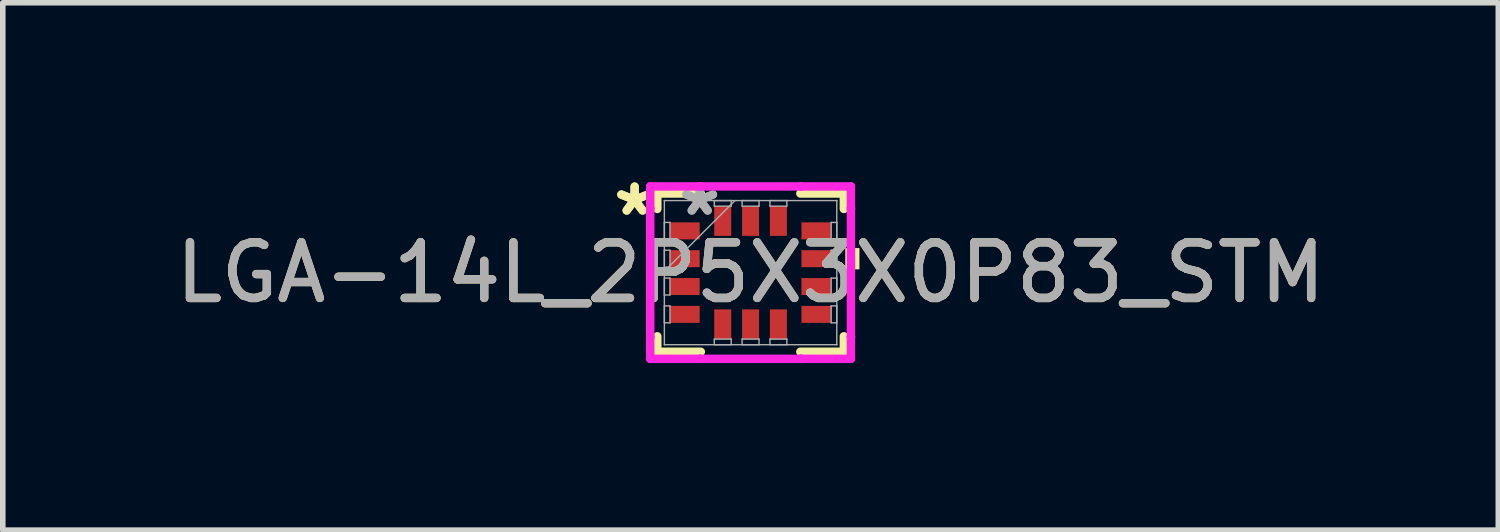
<source format=kicad_pcb>
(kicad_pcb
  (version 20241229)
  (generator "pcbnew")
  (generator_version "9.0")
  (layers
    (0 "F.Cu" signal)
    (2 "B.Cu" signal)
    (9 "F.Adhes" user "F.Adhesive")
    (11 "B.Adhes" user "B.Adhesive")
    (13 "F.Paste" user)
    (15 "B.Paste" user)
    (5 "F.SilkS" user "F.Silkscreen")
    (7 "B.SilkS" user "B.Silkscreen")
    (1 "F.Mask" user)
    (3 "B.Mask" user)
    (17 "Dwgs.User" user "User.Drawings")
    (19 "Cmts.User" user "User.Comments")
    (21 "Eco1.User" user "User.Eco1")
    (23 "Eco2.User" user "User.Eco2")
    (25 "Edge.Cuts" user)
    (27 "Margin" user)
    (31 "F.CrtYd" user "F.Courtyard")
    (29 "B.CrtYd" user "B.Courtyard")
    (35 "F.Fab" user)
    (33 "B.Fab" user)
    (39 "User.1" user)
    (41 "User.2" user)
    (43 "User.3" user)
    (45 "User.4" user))
  (footprint "LGA-14L_2P5X3X0P83_STM"
    (layer "F.Cu")
    (at 10.435 1.848)
    (property "Reference" "LGA-14L_2P5X3X0P83_STM" (at 0 0 0) (unlocked yes) (layer "F.SilkS") (effects (font (size 1 1) (thickness 0.15))))
    (attr smd)
    (fp_line (start -1.676 -1.422) (end -1.676 -1.144) (stroke (width 0.152) (type solid)) (layer "F.SilkS"))
    (fp_line (start -1.676 1.144) (end -1.676 1.422) (stroke (width 0.152) (type solid)) (layer "F.SilkS"))
    (fp_line (start -1.676 1.422) (end -0.894 1.422) (stroke (width 0.152) (type solid)) (layer "F.SilkS"))
    (fp_line (start -0.894 -1.422) (end -1.676 -1.422) (stroke (width 0.152) (type solid)) (layer "F.SilkS"))
    (fp_line (start 0.894 1.422) (end 1.676 1.422) (stroke (width 0.152) (type solid)) (layer "F.SilkS"))
    (fp_line (start 1.676 -1.422) (end 0.894 -1.422) (stroke (width 0.152) (type solid)) (layer "F.SilkS"))
    (fp_line (start 1.676 -1.144) (end 1.676 -1.422) (stroke (width 0.152) (type solid)) (layer "F.SilkS"))
    (fp_line (start 1.676 1.422) (end 1.676 1.144) (stroke (width 0.152) (type solid)) (layer "F.SilkS"))
    (fp_poly (pts (xy 1.956 -0.441) (xy 1.956 -0.059) (xy 1.702 -0.059) (xy 1.702 -0.441)) (stroke (width 0) (type solid)) (fill yes) (layer "F.SilkS"))
    (fp_line (start -1.803 -1.549) (end -0.906 -1.549) (stroke (width 0.152) (type solid)) (layer "F.CrtYd"))
    (fp_line (start -1.803 -1.156) (end -1.803 -1.549) (stroke (width 0.152) (type solid)) (layer "F.CrtYd"))
    (fp_line (start -1.803 -1.156) (end -1.803 -1.156) (stroke (width 0.152) (type solid)) (layer "F.CrtYd"))
    (fp_line (start -1.803 1.156) (end -1.803 -1.156) (stroke (width 0.152) (type solid)) (layer "F.CrtYd"))
    (fp_line (start -1.803 1.156) (end -1.803 1.156) (stroke (width 0.152) (type solid)) (layer "F.CrtYd"))
    (fp_line (start -1.803 1.549) (end -1.803 1.156) (stroke (width 0.152) (type solid)) (layer "F.CrtYd"))
    (fp_line (start -0.906 -1.549) (end -0.906 -1.549) (stroke (width 0.152) (type solid)) (layer "F.CrtYd"))
    (fp_line (start -0.906 -1.549) (end 0.906 -1.549) (stroke (width 0.152) (type solid)) (layer "F.CrtYd"))
    (fp_line (start -0.906 1.549) (end -1.803 1.549) (stroke (width 0.152) (type solid)) (layer "F.CrtYd"))
    (fp_line (start -0.906 1.549) (end -0.906 1.549) (stroke (width 0.152) (type solid)) (layer "F.CrtYd"))
    (fp_line (start 0.906 -1.549) (end 0.906 -1.549) (stroke (width 0.152) (type solid)) (layer "F.CrtYd"))
    (fp_line (start 0.906 -1.549) (end 1.803 -1.549) (stroke (width 0.152) (type solid)) (layer "F.CrtYd"))
    (fp_line (start 0.906 1.549) (end -0.906 1.549) (stroke (width 0.152) (type solid)) (layer "F.CrtYd"))
    (fp_line (start 0.906 1.549) (end 0.906 1.549) (stroke (width 0.152) (type solid)) (layer "F.CrtYd"))
    (fp_line (start 1.803 -1.549) (end 1.803 -1.156) (stroke (width 0.152) (type solid)) (layer "F.CrtYd"))
    (fp_line (start 1.803 -1.156) (end 1.803 -1.156) (stroke (width 0.152) (type solid)) (layer "F.CrtYd"))
    (fp_line (start 1.803 -1.156) (end 1.803 1.156) (stroke (width 0.152) (type solid)) (layer "F.CrtYd"))
    (fp_line (start 1.803 1.156) (end 1.803 1.156) (stroke (width 0.152) (type solid)) (layer "F.CrtYd"))
    (fp_line (start 1.803 1.156) (end 1.803 1.549) (stroke (width 0.152) (type solid)) (layer "F.CrtYd"))
    (fp_line (start 1.803 1.549) (end 0.906 1.549) (stroke (width 0.152) (type solid)) (layer "F.CrtYd"))
    (fp_line (start -1.549 -1.295) (end -1.549 -1.295) (stroke (width 0.025) (type solid)) (layer "F.Fab"))
    (fp_line (start -1.549 -1.295) (end -1.549 1.295) (stroke (width 0.025) (type solid)) (layer "F.Fab"))
    (fp_line (start -1.549 -0.902) (end -1.448 -0.902) (stroke (width 0.025) (type solid)) (layer "F.Fab"))
    (fp_line (start -1.549 -0.598) (end -1.549 -0.902) (stroke (width 0.025) (type solid)) (layer "F.Fab"))
    (fp_line (start -1.549 -0.402) (end -1.448 -0.402) (stroke (width 0.025) (type solid)) (layer "F.Fab"))
    (fp_line (start -1.549 -0.098) (end -1.549 -0.402) (stroke (width 0.025) (type solid)) (layer "F.Fab"))
    (fp_line (start -1.549 -0.025) (end -0.279 -1.295) (stroke (width 0.025) (type solid)) (layer "F.Fab"))
    (fp_line (start -1.549 0.098) (end -1.448 0.098) (stroke (width 0.025) (type solid)) (layer "F.Fab"))
    (fp_line (start -1.549 0.402) (end -1.549 0.098) (stroke (width 0.025) (type solid)) (layer "F.Fab"))
    (fp_line (start -1.549 0.598) (end -1.448 0.598) (stroke (width 0.025) (type solid)) (layer "F.Fab"))
    (fp_line (start -1.549 0.902) (end -1.549 0.598) (stroke (width 0.025) (type solid)) (layer "F.Fab"))
    (fp_line (start -1.549 1.295) (end -1.549 1.295) (stroke (width 0.025) (type solid)) (layer "F.Fab"))
    (fp_line (start -1.549 1.295) (end 1.549 1.295) (stroke (width 0.025) (type solid)) (layer "F.Fab"))
    (fp_line (start -1.448 -0.902) (end -1.448 -0.598) (stroke (width 0.025) (type solid)) (layer "F.Fab"))
    (fp_line (start -1.448 -0.598) (end -1.549 -0.598) (stroke (width 0.025) (type solid)) (layer "F.Fab"))
    (fp_line (start -1.448 -0.402) (end -1.448 -0.098) (stroke (width 0.025) (type solid)) (layer "F.Fab"))
    (fp_line (start -1.448 -0.098) (end -1.549 -0.098) (stroke (width 0.025) (type solid)) (layer "F.Fab"))
    (fp_line (start -1.448 0.098) (end -1.448 0.402) (stroke (width 0.025) (type solid)) (layer "F.Fab"))
    (fp_line (start -1.448 0.402) (end -1.549 0.402) (stroke (width 0.025) (type solid)) (layer "F.Fab"))
    (fp_line (start -1.448 0.598) (end -1.448 0.902) (stroke (width 0.025) (type solid)) (layer "F.Fab"))
    (fp_line (start -1.448 0.902) (end -1.549 0.902) (stroke (width 0.025) (type solid)) (layer "F.Fab"))
    (fp_line (start -0.652 -1.295) (end -0.348 -1.295) (stroke (width 0.025) (type solid)) (layer "F.Fab"))
    (fp_line (start -0.652 -1.194) (end -0.652 -1.295) (stroke (width 0.025) (type solid)) (layer "F.Fab"))
    (fp_line (start -0.652 1.194) (end -0.348 1.194) (stroke (width 0.025) (type solid)) (layer "F.Fab"))
    (fp_line (start -0.652 1.295) (end -0.652 1.194) (stroke (width 0.025) (type solid)) (layer "F.Fab"))
    (fp_line (start -0.348 -1.295) (end -0.348 -1.194) (stroke (width 0.025) (type solid)) (layer "F.Fab"))
    (fp_line (start -0.348 -1.194) (end -0.652 -1.194) (stroke (width 0.025) (type solid)) (layer "F.Fab"))
    (fp_line (start -0.348 1.194) (end -0.348 1.295) (stroke (width 0.025) (type solid)) (layer "F.Fab"))
    (fp_line (start -0.348 1.295) (end -0.652 1.295) (stroke (width 0.025) (type solid)) (layer "F.Fab"))
    (fp_line (start -0.152 -1.295) (end 0.152 -1.295) (stroke (width 0.025) (type solid)) (layer "F.Fab"))
    (fp_line (start -0.152 -1.194) (end -0.152 -1.295) (stroke (width 0.025) (type solid)) (layer "F.Fab"))
    (fp_line (start -0.152 1.194) (end 0.152 1.194) (stroke (width 0.025) (type solid)) (layer "F.Fab"))
    (fp_line (start -0.152 1.295) (end -0.152 1.194) (stroke (width 0.025) (type solid)) (layer "F.Fab"))
    (fp_line (start 0.152 -1.295) (end 0.152 -1.194) (stroke (width 0.025) (type solid)) (layer "F.Fab"))
    (fp_line (start 0.152 -1.194) (end -0.152 -1.194) (stroke (width 0.025) (type solid)) (layer "F.Fab"))
    (fp_line (start 0.152 1.194) (end 0.152 1.295) (stroke (width 0.025) (type solid)) (layer "F.Fab"))
    (fp_line (start 0.152 1.295) (end -0.152 1.295) (stroke (width 0.025) (type solid)) (layer "F.Fab"))
    (fp_line (start 0.348 -1.295) (end 0.652 -1.295) (stroke (width 0.025) (type solid)) (layer "F.Fab"))
    (fp_line (start 0.348 -1.194) (end 0.348 -1.295) (stroke (width 0.025) (type solid)) (layer "F.Fab"))
    (fp_line (start 0.348 1.194) (end 0.652 1.194) (stroke (width 0.025) (type solid)) (layer "F.Fab"))
    (fp_line (start 0.348 1.295) (end 0.348 1.194) (stroke (width 0.025) (type solid)) (layer "F.Fab"))
    (fp_line (start 0.652 -1.295) (end 0.652 -1.194) (stroke (width 0.025) (type solid)) (layer "F.Fab"))
    (fp_line (start 0.652 -1.194) (end 0.348 -1.194) (stroke (width 0.025) (type solid)) (layer "F.Fab"))
    (fp_line (start 0.652 1.194) (end 0.652 1.295) (stroke (width 0.025) (type solid)) (layer "F.Fab"))
    (fp_line (start 0.652 1.295) (end 0.348 1.295) (stroke (width 0.025) (type solid)) (layer "F.Fab"))
    (fp_line (start 1.448 -0.902) (end 1.549 -0.902) (stroke (width 0.025) (type solid)) (layer "F.Fab"))
    (fp_line (start 1.448 -0.598) (end 1.448 -0.902) (stroke (width 0.025) (type solid)) (layer "F.Fab"))
    (fp_line (start 1.448 -0.402) (end 1.549 -0.402) (stroke (width 0.025) (type solid)) (layer "F.Fab"))
    (fp_line (start 1.448 -0.098) (end 1.448 -0.402) (stroke (width 0.025) (type solid)) (layer "F.Fab"))
    (fp_line (start 1.448 0.098) (end 1.549 0.098) (stroke (width 0.025) (type solid)) (layer "F.Fab"))
    (fp_line (start 1.448 0.402) (end 1.448 0.098) (stroke (width 0.025) (type solid)) (layer "F.Fab"))
    (fp_line (start 1.448 0.598) (end 1.549 0.598) (stroke (width 0.025) (type solid)) (layer "F.Fab"))
    (fp_line (start 1.448 0.902) (end 1.448 0.598) (stroke (width 0.025) (type solid)) (layer "F.Fab"))
    (fp_line (start 1.549 -1.295) (end -1.549 -1.295) (stroke (width 0.025) (type solid)) (layer "F.Fab"))
    (fp_line (start 1.549 -1.295) (end 1.549 -1.295) (stroke (width 0.025) (type solid)) (layer "F.Fab"))
    (fp_line (start 1.549 -0.902) (end 1.549 -0.598) (stroke (width 0.025) (type solid)) (layer "F.Fab"))
    (fp_line (start 1.549 -0.598) (end 1.448 -0.598) (stroke (width 0.025) (type solid)) (layer "F.Fab"))
    (fp_line (start 1.549 -0.402) (end 1.549 -0.098) (stroke (width 0.025) (type solid)) (layer "F.Fab"))
    (fp_line (start 1.549 -0.098) (end 1.448 -0.098) (stroke (width 0.025) (type solid)) (layer "F.Fab"))
    (fp_line (start 1.549 0.098) (end 1.549 0.402) (stroke (width 0.025) (type solid)) (layer "F.Fab"))
    (fp_line (start 1.549 0.402) (end 1.448 0.402) (stroke (width 0.025) (type solid)) (layer "F.Fab"))
    (fp_line (start 1.549 0.598) (end 1.549 0.902) (stroke (width 0.025) (type solid)) (layer "F.Fab"))
    (fp_line (start 1.549 0.902) (end 1.448 0.902) (stroke (width 0.025) (type solid)) (layer "F.Fab"))
    (fp_line (start 1.549 1.295) (end 1.549 -1.295) (stroke (width 0.025) (type solid)) (layer "F.Fab"))
    (fp_line (start 1.549 1.295) (end 1.549 1.295) (stroke (width 0.025) (type solid)) (layer "F.Fab"))
    (fp_text user "*" (at -2.083 -1 0) (layer "F.SilkS") (effects (font (size 1 1) (thickness 0.15))))
    (fp_text user "*" (at -2.083 -1 0) (unlocked yes) (layer "F.SilkS") (effects (font (size 1 1) (thickness 0.15))))
    (fp_text user "*" (at -0.914 -1 0) (unlocked yes) (layer "F.Fab") (effects (font (size 1 1) (thickness 0.15))))
    (fp_text user "*" (at -0.914 -1 0) (layer "F.Fab") (effects (font (size 1 1) (thickness 0.15))))
    (fp_text user "${REFERENCE}" (at 0 0 0) (unlocked yes) (layer "F.Fab") (effects (font (size 1 1) (thickness 0.15))))
    (pad "1" smd rect (at -1.181 -0.75 90) (size 0.305 0.533) (layers "F.Cu" "F.Mask" "F.Paste"))
    (pad "2" smd rect (at -1.181 -0.25 90) (size 0.305 0.533) (layers "F.Cu" "F.Mask" "F.Paste"))
    (pad "3" smd rect (at -1.181 0.25 90) (size 0.305 0.533) (layers "F.Cu" "F.Mask" "F.Paste"))
    (pad "4" smd rect (at -1.181 0.75 90) (size 0.305 0.533) (layers "F.Cu" "F.Mask" "F.Paste"))
    (pad "5" smd rect (at -0.5 0.927) (size 0.305 0.533) (layers "F.Cu" "F.Mask" "F.Paste"))
    (pad "6" smd rect (at 0 0.927) (size 0.305 0.533) (layers "F.Cu" "F.Mask" "F.Paste"))
    (pad "7" smd rect (at 0.5 0.927) (size 0.305 0.533) (layers "F.Cu" "F.Mask" "F.Paste"))
    (pad "8" smd rect (at 1.181 0.75 90) (size 0.305 0.533) (layers "F.Cu" "F.Mask" "F.Paste"))
    (pad "9" smd rect (at 1.181 0.25 90) (size 0.305 0.533) (layers "F.Cu" "F.Mask" "F.Paste"))
    (pad "10" smd rect (at 1.181 -0.25 90) (size 0.305 0.533) (layers "F.Cu" "F.Mask" "F.Paste"))
    (pad "11" smd rect (at 1.181 -0.75 90) (size 0.305 0.533) (layers "F.Cu" "F.Mask" "F.Paste"))
    (pad "12" smd rect (at 0.5 -0.927) (size 0.305 0.533) (layers "F.Cu" "F.Mask" "F.Paste"))
    (pad "13" smd rect (at 0 -0.927) (size 0.305 0.533) (layers "F.Cu" "F.Mask" "F.Paste"))
    (pad "14" smd rect (at -0.5 -0.927) (size 0.305 0.533) (layers "F.Cu" "F.Mask" "F.Paste")))
  (gr_rect
    (start -3 -3)
    (end 23.869 6.474)
    (stroke (width 0.1) (type default))
    (fill no)
    (layer "Edge.Cuts")))
</source>
